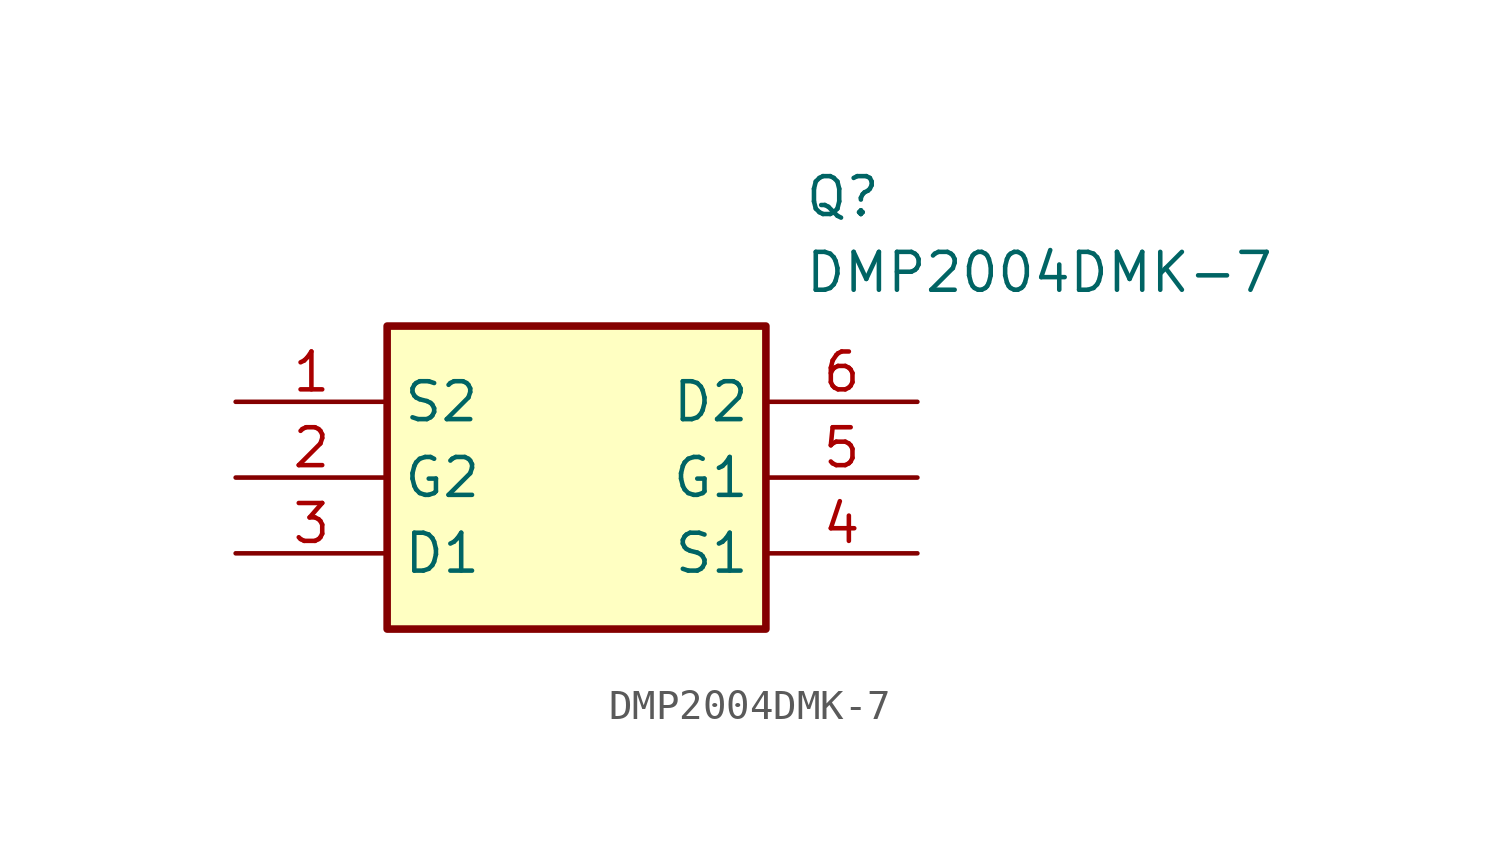
<source format=kicad_sym>
(kicad_symbol_lib
  (version 20211014)
  (generator SamacSys_ECAD_Model)
  (symbol "DMP2004DMK-7"
    (property "Reference" "Q"
      (at 19.05 7.62 0)
      (effects (font (size 1.27 1.27)) (justify left top)))
    (property "Value" "DMP2004DMK-7"
      (at 19.05 5.08 0)
      (effects (font (size 1.27 1.27)) (justify left top)))
    (rectangle
      (start 5.08 2.54)
      (end 17.78 -7.62)
      (stroke (width 0.254) (type default))
      (fill (type background)))
    (pin passive line
      (at 0 0 0)
      (length 5.08)
      (name "S2" (effects (font (size 1.27 1.27))))
      (number "1" (effects (font (size 1.27 1.27)))))
    (pin passive line
      (at 0 -2.54 0)
      (length 5.08)
      (name "G2" (effects (font (size 1.27 1.27))))
      (number "2" (effects (font (size 1.27 1.27)))))
    (pin passive line
      (at 0 -5.08 0)
      (length 5.08)
      (name "D1" (effects (font (size 1.27 1.27))))
      (number "3" (effects (font (size 1.27 1.27)))))
    (pin passive line
      (at 22.86 0 180)
      (length 5.08)
      (name "D2" (effects (font (size 1.27 1.27))))
      (number "6" (effects (font (size 1.27 1.27)))))
    (pin passive line
      (at 22.86 -2.54 180)
      (length 5.08)
      (name "G1" (effects (font (size 1.27 1.27))))
      (number "5" (effects (font (size 1.27 1.27)))))
    (pin passive line
      (at 22.86 -5.08 180)
      (length 5.08)
      (name "S1" (effects (font (size 1.27 1.27))))
      (number "4" (effects (font (size 1.27 1.27)))))))
</source>
